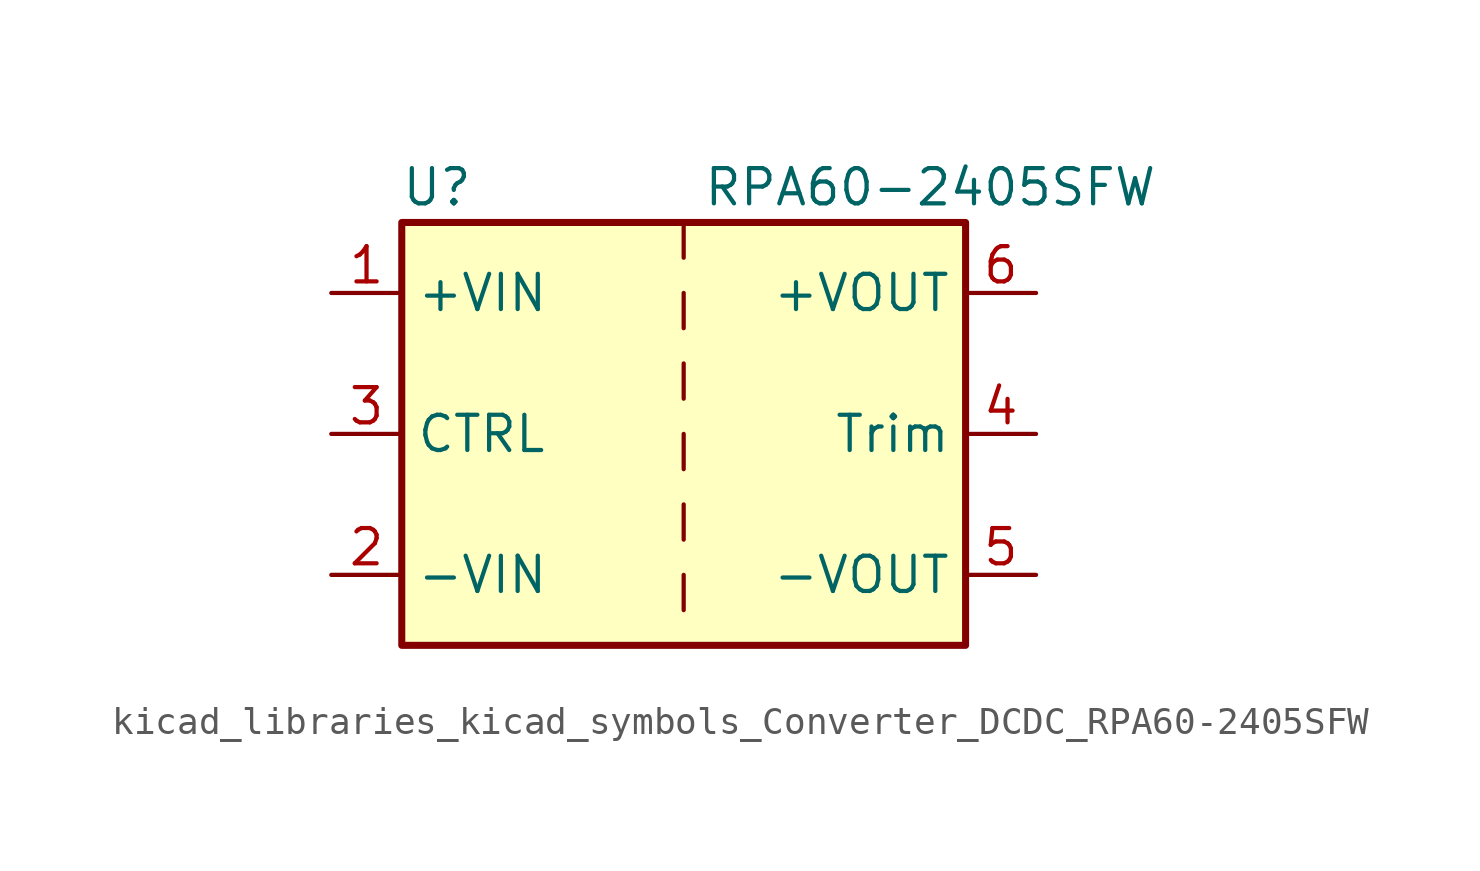
<source format=kicad_sym>
(kicad_symbol_lib
  (version 20220914)
  (generator kicad_symbol_editor)
  (symbol "kicad_libraries_kicad_symbols_Converter_DCDC_RPA60-2405SFW"
    (property "Reference" "U"
      (at -8.89 8.89 0)
      (effects (font (size 1.27 1.27))))
    (property "Value" "RPA60-2405SFW"
      (at 8.89 8.89 0)
      (effects (font (size 1.27 1.27))))
    (symbol "kicad_libraries_kicad_symbols_Converter_DCDC_RPA60-2405SFW_0_1"
      (rectangle (start -10.16 7.62) (end 10.16 -7.62) (stroke (width 0.254) (type default)) (fill (type background)))
      (polyline (pts (xy 0 -5.08) (xy 0 -6.35)) (stroke (width 0) (type default)) (fill (type none)))
      (polyline (pts (xy 0 -2.54) (xy 0 -3.81)) (stroke (width 0) (type default)) (fill (type none)))
      (polyline (pts (xy 0 0) (xy 0 -1.27)) (stroke (width 0) (type default)) (fill (type none)))
      (polyline (pts (xy 0 2.54) (xy 0 1.27)) (stroke (width 0) (type default)) (fill (type none)))
      (polyline (pts (xy 0 5.08) (xy 0 3.81)) (stroke (width 0) (type default)) (fill (type none)))
      (polyline (pts (xy 0 7.62) (xy 0 6.35)) (stroke (width 0) (type default)) (fill (type none))))
    (symbol "kicad_libraries_kicad_symbols_Converter_DCDC_RPA60-2405SFW_1_1"
      (pin power_in line (at -12.7 5.08 0) (length 2.54) (name "+VIN" (effects (font (size 1.27 1.27)))) (number "1" (effects (font (size 1.27 1.27)))))
      (pin power_in line (at -12.7 -5.08 0) (length 2.54) (name "-VIN" (effects (font (size 1.27 1.27)))) (number "2" (effects (font (size 1.27 1.27)))))
      (pin input line (at -12.7 0 0) (length 2.54) (name "CTRL" (effects (font (size 1.27 1.27)))) (number "3" (effects (font (size 1.27 1.27)))))
      (pin input line (at 12.7 0 180) (length 2.54) (name "Trim" (effects (font (size 1.27 1.27)))) (number "4" (effects (font (size 1.27 1.27)))))
      (pin power_out line (at 12.7 -5.08 180) (length 2.54) (name "-VOUT" (effects (font (size 1.27 1.27)))) (number "5" (effects (font (size 1.27 1.27)))))
      (pin power_out line (at 12.7 5.08 180) (length 2.54) (name "+VOUT" (effects (font (size 1.27 1.27)))) (number "6" (effects (font (size 1.27 1.27))))))))
</source>
